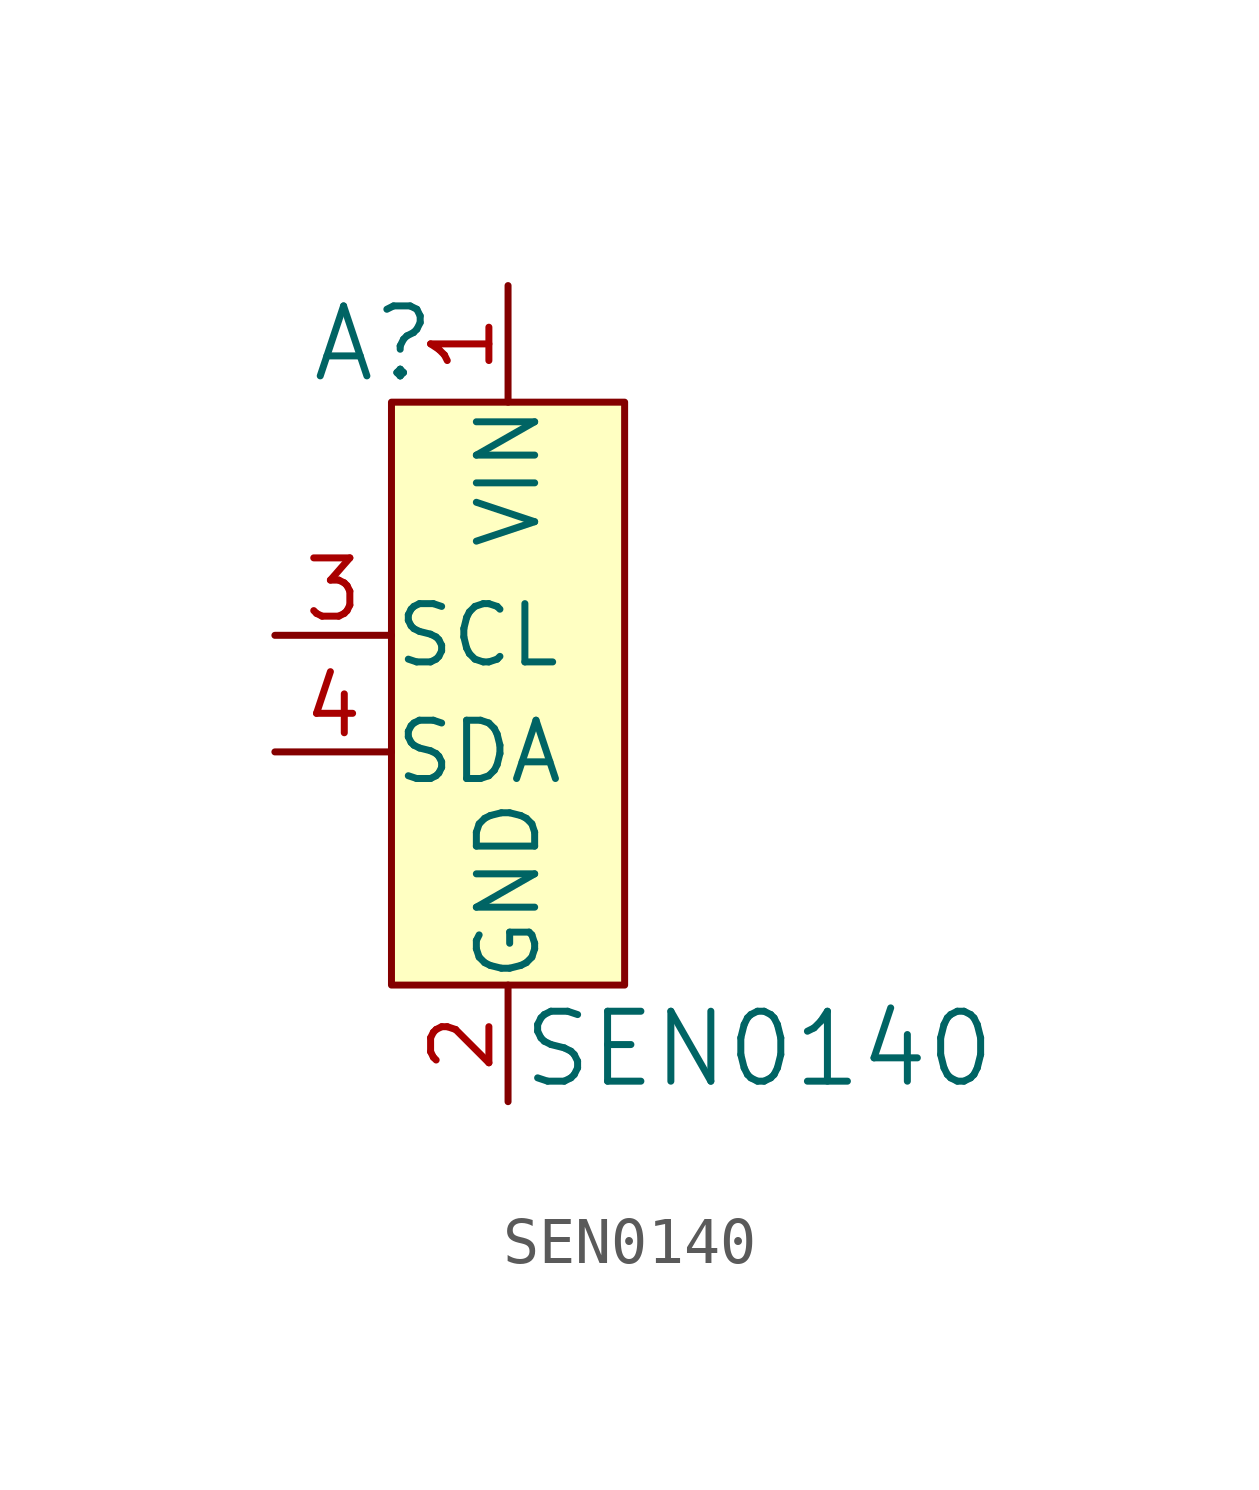
<source format=kicad_sym>
(kicad_symbol_lib
  (version 20220914)
  (generator kicad_symbol_editor)
  (symbol "SEN0140"
    (pin_names
      (offset 0.025))
    (property "Reference" "A"
      (at -1.524 6.35 0)
      (effects (font (size 1.524 1.524)) (justify right)))
    (property "Value" "SEN0140"
      (at 0.254 -9.017 0)
      (effects (font (size 1.524 1.524)) (justify left)))
    (symbol "SEN0140_0_1"
      (rectangle (start -2.54 5.08) (end 2.54 -7.62) (stroke (width 0) (type default)) (fill (type background))))
    (symbol "SEN0140_1_1"
      (pin power_in line (at 0 7.62 270) (length 2.54) (name "VIN" (effects (font (size 1.27 1.27)))) (number "1" (effects (font (size 1.27 1.27)))))
      (pin power_in line (at 0 -10.16 90) (length 2.54) (name "GND" (effects (font (size 1.27 1.27)))) (number "2" (effects (font (size 1.27 1.27)))))
      (pin bidirectional line (at -5.08 0 0) (length 2.54) (name "SCL" (effects (font (size 1.27 1.27)))) (number "3" (effects (font (size 1.27 1.27)))))
      (pin bidirectional line (at -5.08 -2.54 0) (length 2.54) (name "SDA" (effects (font (size 1.27 1.27)))) (number "4" (effects (font (size 1.27 1.27))))))))
</source>
